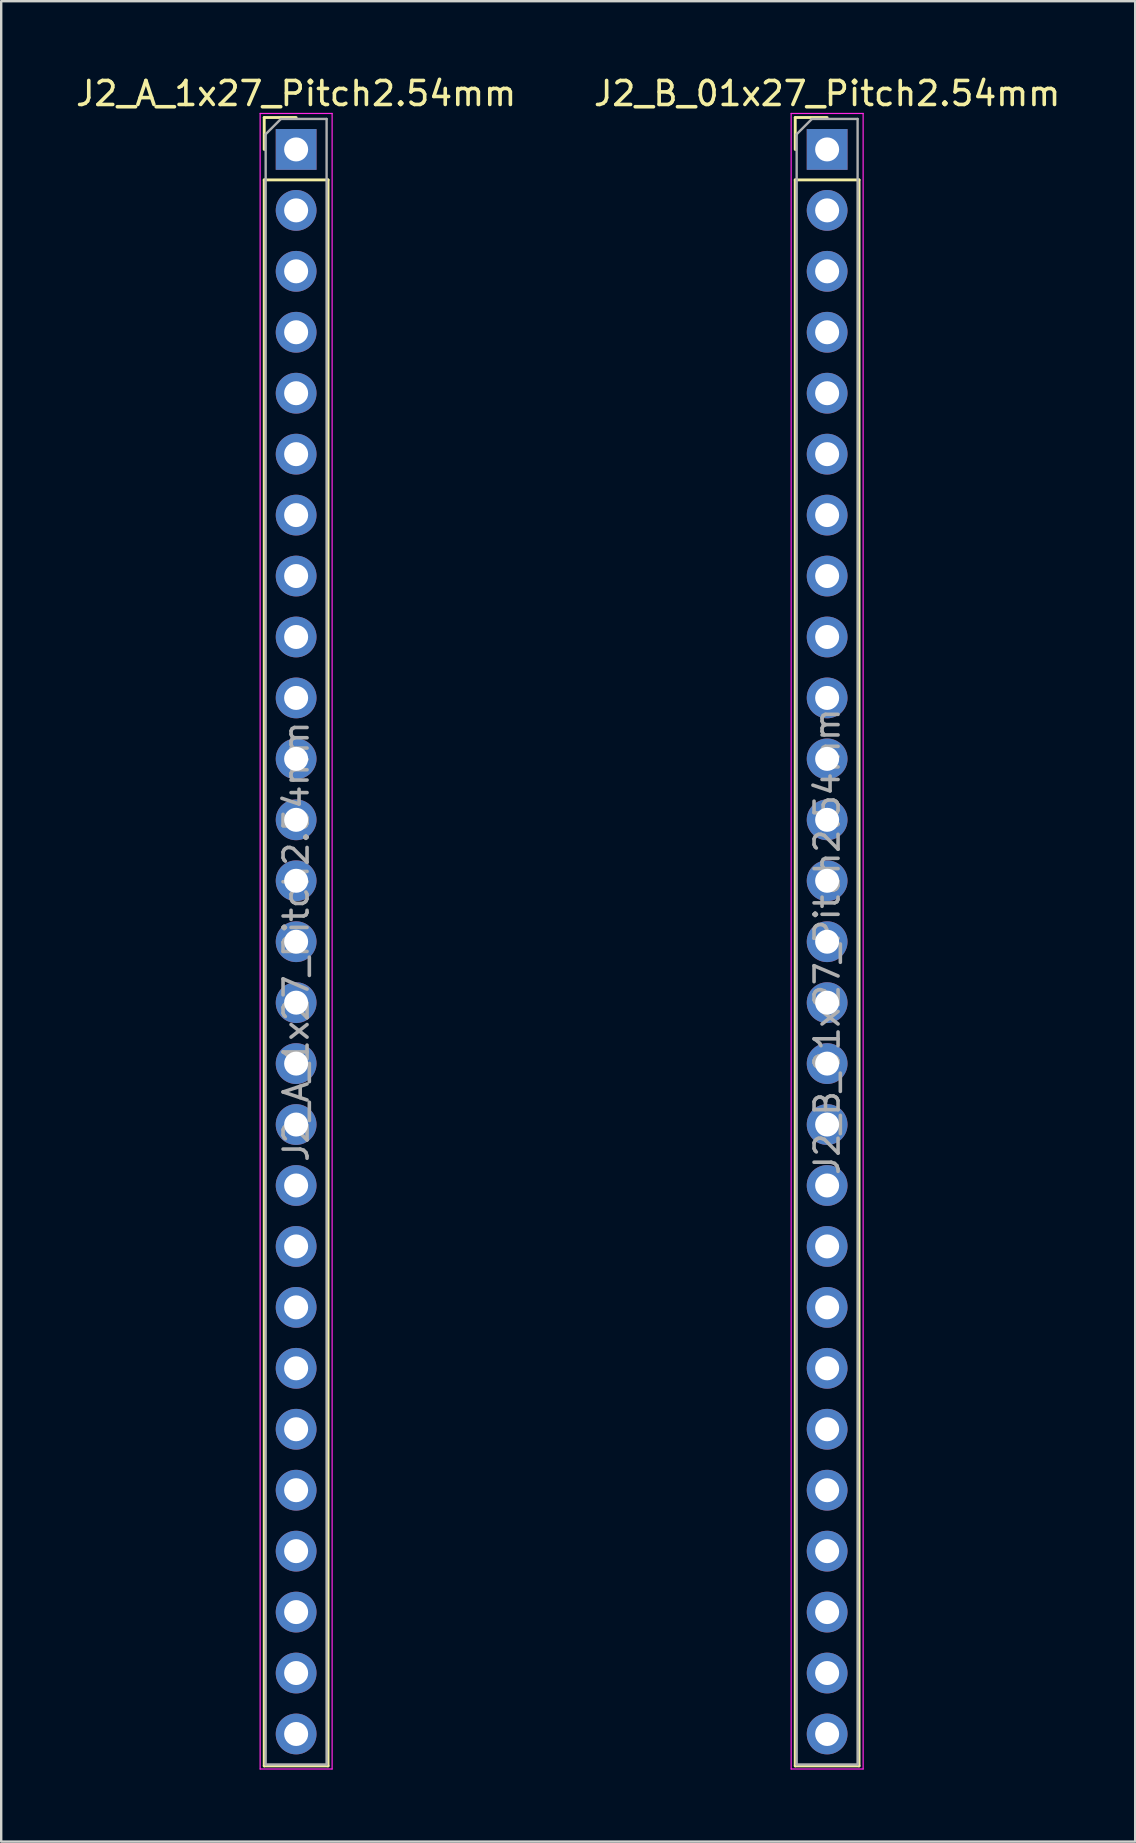
<source format=kicad_pcb>
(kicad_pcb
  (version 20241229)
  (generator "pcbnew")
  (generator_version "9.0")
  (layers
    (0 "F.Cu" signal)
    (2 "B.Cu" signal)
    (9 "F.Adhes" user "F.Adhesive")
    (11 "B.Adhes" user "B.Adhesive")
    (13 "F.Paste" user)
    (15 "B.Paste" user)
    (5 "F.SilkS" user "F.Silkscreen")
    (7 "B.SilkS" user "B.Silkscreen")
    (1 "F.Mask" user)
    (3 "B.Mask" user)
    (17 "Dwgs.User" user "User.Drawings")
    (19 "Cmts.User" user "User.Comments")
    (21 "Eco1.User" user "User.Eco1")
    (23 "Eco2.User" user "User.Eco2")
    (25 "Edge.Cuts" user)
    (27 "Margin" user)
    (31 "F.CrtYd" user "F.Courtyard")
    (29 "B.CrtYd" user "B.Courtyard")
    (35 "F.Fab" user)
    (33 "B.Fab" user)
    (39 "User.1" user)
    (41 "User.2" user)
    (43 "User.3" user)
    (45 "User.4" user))
  (footprint "J2_B_01x27_Pitch2.54mm"
    (layer "F.Cu")
    (at 31.423 3.178)
    (property "Reference" "J2_B_01x27_Pitch2.54mm" (at 0 -2.33 0) (layer "F.SilkS") (effects (font (size 1 1) (thickness 0.15))))
    (attr through_hole)
    (fp_line (start -1.33 -1.33) (end 0 -1.33) (stroke (width 0.12) (type solid)) (layer "F.SilkS"))
    (fp_line (start -1.33 0) (end -1.33 -1.33) (stroke (width 0.12) (type solid)) (layer "F.SilkS"))
    (fp_line (start -1.33 1.27) (end -1.33 67.37) (stroke (width 0.12) (type solid)) (layer "F.SilkS"))
    (fp_line (start -1.33 1.27) (end 1.33 1.27) (stroke (width 0.12) (type solid)) (layer "F.SilkS"))
    (fp_line (start -1.33 67.37) (end 1.33 67.37) (stroke (width 0.12) (type solid)) (layer "F.SilkS"))
    (fp_line (start 1.33 1.27) (end 1.33 67.37) (stroke (width 0.12) (type solid)) (layer "F.SilkS"))
    (fp_line (start -1.5 -1.5) (end -1.5 67.5) (stroke (width 0.05) (type solid)) (layer "F.CrtYd"))
    (fp_line (start -1.5 67.5) (end 1.5 67.5) (stroke (width 0.05) (type solid)) (layer "F.CrtYd"))
    (fp_line (start 1.5 -1.5) (end -1.5 -1.5) (stroke (width 0.05) (type solid)) (layer "F.CrtYd"))
    (fp_line (start 1.5 67.5) (end 1.5 -1.5) (stroke (width 0.05) (type solid)) (layer "F.CrtYd"))
    (fp_line (start -1.27 -0.635) (end -0.635 -1.27) (stroke (width 0.1) (type solid)) (layer "F.Fab"))
    (fp_line (start -1.27 67.31) (end -1.27 -0.635) (stroke (width 0.1) (type solid)) (layer "F.Fab"))
    (fp_line (start -0.635 -1.27) (end 1.27 -1.27) (stroke (width 0.1) (type solid)) (layer "F.Fab"))
    (fp_line (start 1.27 -1.27) (end 1.27 67.31) (stroke (width 0.1) (type solid)) (layer "F.Fab"))
    (fp_line (start 1.27 67.31) (end -1.27 67.31) (stroke (width 0.1) (type solid)) (layer "F.Fab"))
    (fp_text user "${REFERENCE}" (at 0 33.02 90) (layer "F.Fab") (effects (font (size 1 1) (thickness 0.15))))
    (pad "28" thru_hole rect (at 0 0) (size 1.7 1.7) (drill 1) (layers "*.Cu" "*.Mask"))
    (pad "29" thru_hole oval (at 0 2.54) (size 1.7 1.7) (drill 1) (layers "*.Cu" "*.Mask"))
    (pad "30" thru_hole oval (at 0 5.08) (size 1.7 1.7) (drill 1) (layers "*.Cu" "*.Mask"))
    (pad "31" thru_hole oval (at 0 7.62) (size 1.7 1.7) (drill 1) (layers "*.Cu" "*.Mask"))
    (pad "32" thru_hole oval (at 0 10.16) (size 1.7 1.7) (drill 1) (layers "*.Cu" "*.Mask"))
    (pad "33" thru_hole oval (at 0 12.7) (size 1.7 1.7) (drill 1) (layers "*.Cu" "*.Mask"))
    (pad "34" thru_hole oval (at 0 15.24) (size 1.7 1.7) (drill 1) (layers "*.Cu" "*.Mask"))
    (pad "35" thru_hole oval (at 0 17.78) (size 1.7 1.7) (drill 1) (layers "*.Cu" "*.Mask"))
    (pad "36" thru_hole oval (at 0 20.32) (size 1.7 1.7) (drill 1) (layers "*.Cu" "*.Mask"))
    (pad "37" thru_hole oval (at 0 22.86) (size 1.7 1.7) (drill 1) (layers "*.Cu" "*.Mask"))
    (pad "38" thru_hole oval (at 0 25.4) (size 1.7 1.7) (drill 1) (layers "*.Cu" "*.Mask"))
    (pad "39" thru_hole oval (at 0 27.94) (size 1.7 1.7) (drill 1) (layers "*.Cu" "*.Mask"))
    (pad "40" thru_hole oval (at 0 30.48) (size 1.7 1.7) (drill 1) (layers "*.Cu" "*.Mask"))
    (pad "41" thru_hole oval (at 0 33.02) (size 1.7 1.7) (drill 1) (layers "*.Cu" "*.Mask"))
    (pad "42" thru_hole oval (at 0 35.56) (size 1.7 1.7) (drill 1) (layers "*.Cu" "*.Mask"))
    (pad "43" thru_hole oval (at 0 38.1) (size 1.7 1.7) (drill 1) (layers "*.Cu" "*.Mask"))
    (pad "44" thru_hole oval (at 0 40.64) (size 1.7 1.7) (drill 1) (layers "*.Cu" "*.Mask"))
    (pad "45" thru_hole oval (at 0 43.18) (size 1.7 1.7) (drill 1) (layers "*.Cu" "*.Mask"))
    (pad "46" thru_hole oval (at 0 45.72) (size 1.7 1.7) (drill 1) (layers "*.Cu" "*.Mask"))
    (pad "47" thru_hole oval (at 0 48.26) (size 1.7 1.7) (drill 1) (layers "*.Cu" "*.Mask"))
    (pad "48" thru_hole oval (at 0 50.8) (size 1.7 1.7) (drill 1) (layers "*.Cu" "*.Mask"))
    (pad "49" thru_hole oval (at 0 53.34) (size 1.7 1.7) (drill 1) (layers "*.Cu" "*.Mask"))
    (pad "50" thru_hole oval (at 0 55.88) (size 1.7 1.7) (drill 1) (layers "*.Cu" "*.Mask"))
    (pad "51" thru_hole oval (at 0 58.42) (size 1.7 1.7) (drill 1) (layers "*.Cu" "*.Mask"))
    (pad "52" thru_hole oval (at 0 60.96) (size 1.7 1.7) (drill 1) (layers "*.Cu" "*.Mask"))
    (pad "53" thru_hole oval (at 0 63.5) (size 1.7 1.7) (drill 1) (layers "*.Cu" "*.Mask"))
    (pad "54" thru_hole oval (at 0 66.04) (size 1.7 1.7) (drill 1) (layers "*.Cu" "*.Mask")))
  (footprint "J2_A_1x27_Pitch2.54mm"
    (layer "F.Cu")
    (at 9.292 3.178)
    (property "Reference" "J2_A_1x27_Pitch2.54mm" (at 0 -2.33 0) (layer "F.SilkS") (effects (font (size 1 1) (thickness 0.15))))
    (attr through_hole)
    (fp_line (start -1.33 -1.33) (end 0 -1.33) (stroke (width 0.12) (type solid)) (layer "F.SilkS"))
    (fp_line (start -1.33 0) (end -1.33 -1.33) (stroke (width 0.12) (type solid)) (layer "F.SilkS"))
    (fp_line (start -1.33 1.27) (end -1.33 67.37) (stroke (width 0.12) (type solid)) (layer "F.SilkS"))
    (fp_line (start -1.33 1.27) (end 1.33 1.27) (stroke (width 0.12) (type solid)) (layer "F.SilkS"))
    (fp_line (start -1.33 67.37) (end 1.33 67.37) (stroke (width 0.12) (type solid)) (layer "F.SilkS"))
    (fp_line (start 1.33 1.27) (end 1.33 67.37) (stroke (width 0.12) (type solid)) (layer "F.SilkS"))
    (fp_line (start -1.5 -1.5) (end -1.5 67.5) (stroke (width 0.05) (type solid)) (layer "F.CrtYd"))
    (fp_line (start -1.5 67.5) (end 1.5 67.5) (stroke (width 0.05) (type solid)) (layer "F.CrtYd"))
    (fp_line (start 1.5 -1.5) (end -1.5 -1.5) (stroke (width 0.05) (type solid)) (layer "F.CrtYd"))
    (fp_line (start 1.5 67.5) (end 1.5 -1.5) (stroke (width 0.05) (type solid)) (layer "F.CrtYd"))
    (fp_line (start -1.27 -0.635) (end -0.635 -1.27) (stroke (width 0.1) (type solid)) (layer "F.Fab"))
    (fp_line (start -1.27 67.31) (end -1.27 -0.635) (stroke (width 0.1) (type solid)) (layer "F.Fab"))
    (fp_line (start -0.635 -1.27) (end 1.27 -1.27) (stroke (width 0.1) (type solid)) (layer "F.Fab"))
    (fp_line (start 1.27 -1.27) (end 1.27 67.31) (stroke (width 0.1) (type solid)) (layer "F.Fab"))
    (fp_line (start 1.27 67.31) (end -1.27 67.31) (stroke (width 0.1) (type solid)) (layer "F.Fab"))
    (fp_text user "${REFERENCE}" (at 0 33.02 90) (layer "F.Fab") (effects (font (size 1 1) (thickness 0.15))))
    (pad "1" thru_hole rect (at 0 0) (size 1.7 1.7) (drill 1) (layers "*.Cu" "*.Mask"))
    (pad "2" thru_hole oval (at 0 2.54) (size 1.7 1.7) (drill 1) (layers "*.Cu" "*.Mask"))
    (pad "3" thru_hole oval (at 0 5.08) (size 1.7 1.7) (drill 1) (layers "*.Cu" "*.Mask"))
    (pad "4" thru_hole oval (at 0 7.62) (size 1.7 1.7) (drill 1) (layers "*.Cu" "*.Mask"))
    (pad "5" thru_hole oval (at 0 10.16) (size 1.7 1.7) (drill 1) (layers "*.Cu" "*.Mask"))
    (pad "6" thru_hole oval (at 0 12.7) (size 1.7 1.7) (drill 1) (layers "*.Cu" "*.Mask"))
    (pad "7" thru_hole oval (at 0 15.24) (size 1.7 1.7) (drill 1) (layers "*.Cu" "*.Mask"))
    (pad "8" thru_hole oval (at 0 17.78) (size 1.7 1.7) (drill 1) (layers "*.Cu" "*.Mask"))
    (pad "9" thru_hole oval (at 0 20.32) (size 1.7 1.7) (drill 1) (layers "*.Cu" "*.Mask"))
    (pad "10" thru_hole oval (at 0 22.86) (size 1.7 1.7) (drill 1) (layers "*.Cu" "*.Mask"))
    (pad "11" thru_hole oval (at 0 25.4) (size 1.7 1.7) (drill 1) (layers "*.Cu" "*.Mask"))
    (pad "12" thru_hole oval (at 0 27.94) (size 1.7 1.7) (drill 1) (layers "*.Cu" "*.Mask"))
    (pad "13" thru_hole oval (at 0 30.48) (size 1.7 1.7) (drill 1) (layers "*.Cu" "*.Mask"))
    (pad "14" thru_hole oval (at 0 33.02) (size 1.7 1.7) (drill 1) (layers "*.Cu" "*.Mask"))
    (pad "15" thru_hole oval (at 0 35.56) (size 1.7 1.7) (drill 1) (layers "*.Cu" "*.Mask"))
    (pad "16" thru_hole oval (at 0 38.1) (size 1.7 1.7) (drill 1) (layers "*.Cu" "*.Mask"))
    (pad "17" thru_hole oval (at 0 40.64) (size 1.7 1.7) (drill 1) (layers "*.Cu" "*.Mask"))
    (pad "18" thru_hole oval (at 0 43.18) (size 1.7 1.7) (drill 1) (layers "*.Cu" "*.Mask"))
    (pad "19" thru_hole oval (at 0 45.72) (size 1.7 1.7) (drill 1) (layers "*.Cu" "*.Mask"))
    (pad "20" thru_hole oval (at 0 48.26) (size 1.7 1.7) (drill 1) (layers "*.Cu" "*.Mask"))
    (pad "21" thru_hole oval (at 0 50.8) (size 1.7 1.7) (drill 1) (layers "*.Cu" "*.Mask"))
    (pad "22" thru_hole oval (at 0 53.34) (size 1.7 1.7) (drill 1) (layers "*.Cu" "*.Mask"))
    (pad "23" thru_hole oval (at 0 55.88) (size 1.7 1.7) (drill 1) (layers "*.Cu" "*.Mask"))
    (pad "24" thru_hole oval (at 0 58.42) (size 1.7 1.7) (drill 1) (layers "*.Cu" "*.Mask"))
    (pad "25" thru_hole oval (at 0 60.96) (size 1.7 1.7) (drill 1) (layers "*.Cu" "*.Mask"))
    (pad "26" thru_hole oval (at 0 63.5) (size 1.7 1.7) (drill 1) (layers "*.Cu" "*.Mask"))
    (pad "27" thru_hole oval (at 0 66.04) (size 1.7 1.7) (drill 1) (layers "*.Cu" "*.Mask")))
  (gr_rect
    (start -3 -3)
    (end 44.262 73.703)
    (stroke (width 0.1) (type default))
    (fill no)
    (layer "Edge.Cuts")))
</source>
